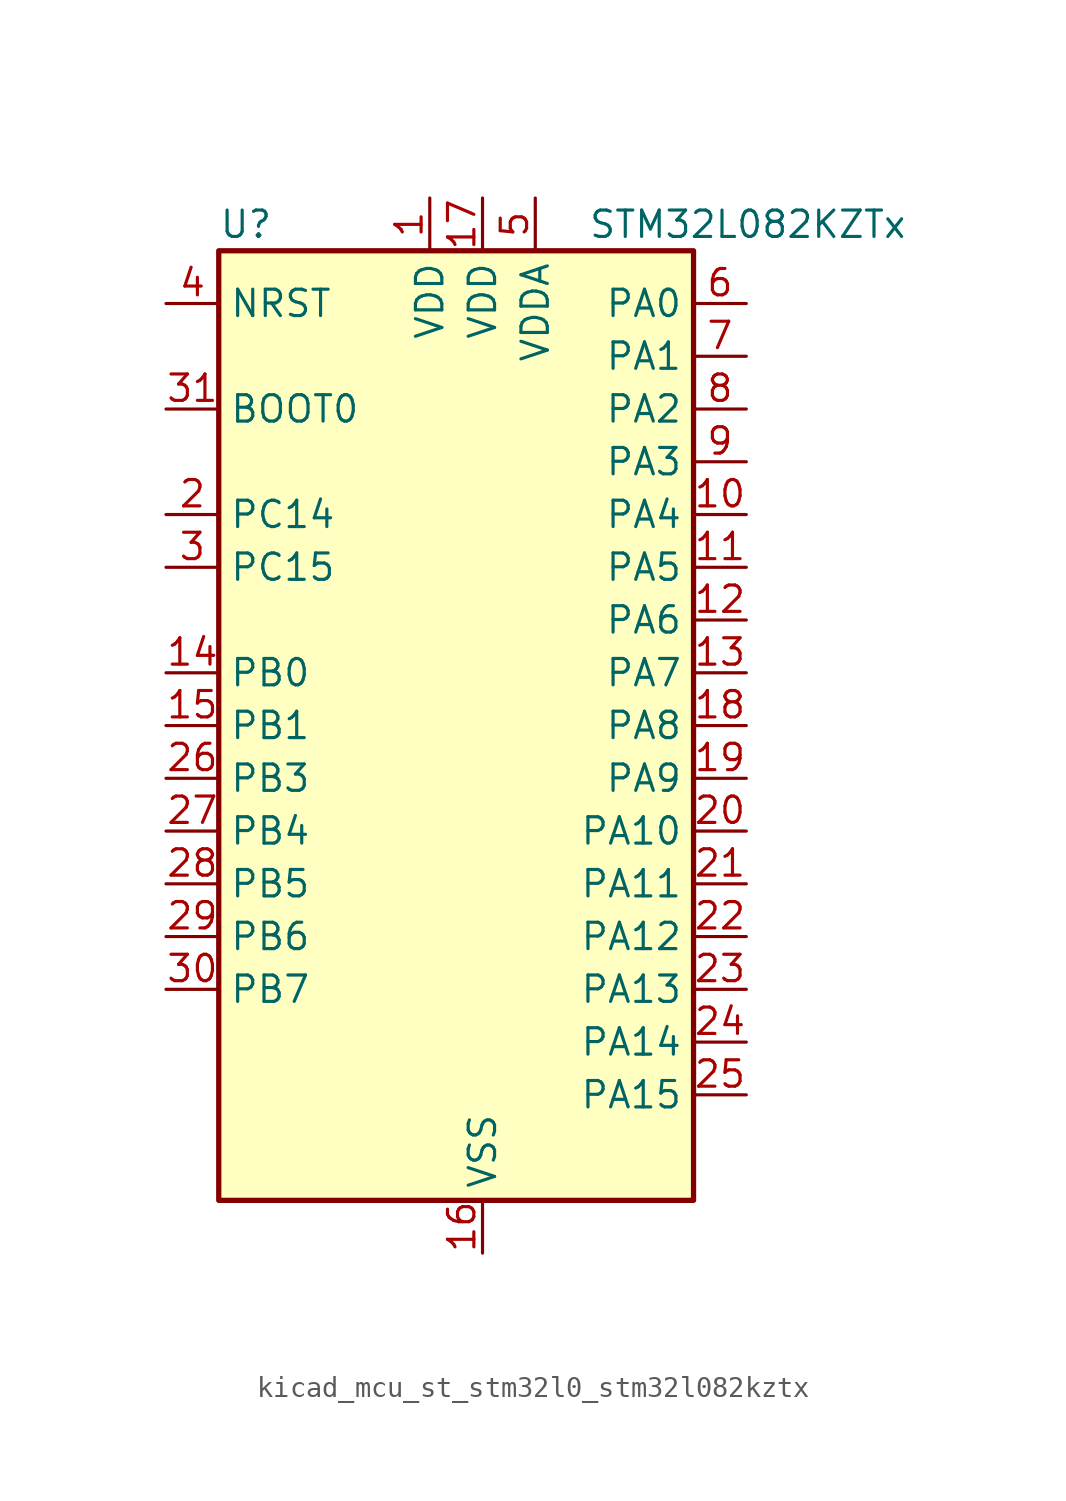
<source format=kicad_sym>
(kicad_symbol_lib
  (version 20220914)
  (generator kicad_symbol_editor)
  (symbol "kicad_mcu_st_stm32l0_stm32l082kztx"
    (property "Reference" "U"
      (at -10.16 24.13 0)
      (effects (font (size 1.27 1.27)) (justify left)))
    (property "Value" "STM32L082KZTx"
      (at 7.62 24.13 0)
      (effects (font (size 1.27 1.27)) (justify left)))
    (property "ki_locked" ""
      (at 0 0 0)
      (effects (font (size 1.27 1.27))))
    (symbol "kicad_mcu_st_stm32l0_stm32l082kztx_0_1"
      (rectangle (start -10.16 -22.86) (end 12.7 22.86) (stroke (width 0.254) (type default)) (fill (type background))))
    (symbol "kicad_mcu_st_stm32l0_stm32l082kztx_1_1"
      (pin power_in line (at 0 25.4 270) (length 2.54) (name "VDD" (effects (font (size 1.27 1.27)))) (number "1" (effects (font (size 1.27 1.27)))))
      (pin bidirectional line (at 15.24 10.16 180) (length 2.54) (name "PA4" (effects (font (size 1.27 1.27)))) (number "10" (effects (font (size 1.27 1.27)))) (alternate "ADC_IN4" bidirectional line) (alternate "COMP1_INM" bidirectional line) (alternate "COMP2_INM" bidirectional line) (alternate "DAC_OUT1" bidirectional line) (alternate "SPI1_NSS" bidirectional line) (alternate "TIM22_ETR" bidirectional line) (alternate "TSC_G2_IO1" bidirectional line) (alternate "USART2_CK" bidirectional line))
      (pin bidirectional line (at 15.24 7.62 180) (length 2.54) (name "PA5" (effects (font (size 1.27 1.27)))) (number "11" (effects (font (size 1.27 1.27)))) (alternate "ADC_IN5" bidirectional line) (alternate "COMP1_INM" bidirectional line) (alternate "COMP2_INM" bidirectional line) (alternate "DAC_OUT2" bidirectional line) (alternate "SPI1_SCK" bidirectional line) (alternate "TIM2_CH1" bidirectional line) (alternate "TIM2_ETR" bidirectional line) (alternate "TSC_G2_IO2" bidirectional line))
      (pin bidirectional line (at 15.24 5.08 180) (length 2.54) (name "PA6" (effects (font (size 1.27 1.27)))) (number "12" (effects (font (size 1.27 1.27)))) (alternate "ADC_IN6" bidirectional line) (alternate "COMP1_OUT" bidirectional line) (alternate "LPUART1_CTS" bidirectional line) (alternate "SPI1_MISO" bidirectional line) (alternate "TIM22_CH1" bidirectional line) (alternate "TIM3_CH1" bidirectional line) (alternate "TSC_G2_IO3" bidirectional line))
      (pin bidirectional line (at 15.24 2.54 180) (length 2.54) (name "PA7" (effects (font (size 1.27 1.27)))) (number "13" (effects (font (size 1.27 1.27)))) (alternate "ADC_IN7" bidirectional line) (alternate "COMP2_OUT" bidirectional line) (alternate "SPI1_MOSI" bidirectional line) (alternate "TIM22_CH2" bidirectional line) (alternate "TIM3_CH2" bidirectional line) (alternate "TSC_G2_IO4" bidirectional line))
      (pin bidirectional line (at -12.7 2.54 0) (length 2.54) (name "PB0" (effects (font (size 1.27 1.27)))) (number "14" (effects (font (size 1.27 1.27)))) (alternate "ADC_IN8" bidirectional line) (alternate "SYS_VREF_OUT_PB0" bidirectional line) (alternate "TIM3_CH3" bidirectional line) (alternate "TSC_G3_IO2" bidirectional line))
      (pin bidirectional line (at -12.7 0 0) (length 2.54) (name "PB1" (effects (font (size 1.27 1.27)))) (number "15" (effects (font (size 1.27 1.27)))) (alternate "ADC_IN9" bidirectional line) (alternate "LPUART1_DE" bidirectional line) (alternate "LPUART1_RTS" bidirectional line) (alternate "SYS_VREF_OUT_PB1" bidirectional line) (alternate "TIM3_CH4" bidirectional line) (alternate "TSC_G3_IO3" bidirectional line))
      (pin power_in line (at 2.54 -25.4 90) (length 2.54) (name "VSS" (effects (font (size 1.27 1.27)))) (number "16" (effects (font (size 1.27 1.27)))))
      (pin power_in line (at 2.54 25.4 270) (length 2.54) (name "VDD" (effects (font (size 1.27 1.27)))) (number "17" (effects (font (size 1.27 1.27)))))
      (pin bidirectional line (at 15.24 0 180) (length 2.54) (name "PA8" (effects (font (size 1.27 1.27)))) (number "18" (effects (font (size 1.27 1.27)))) (alternate "CRS_SYNC" bidirectional line) (alternate "I2C3_SCL" bidirectional line) (alternate "RCC_MCO" bidirectional line) (alternate "USART1_CK" bidirectional line))
      (pin bidirectional line (at 15.24 -2.54 180) (length 2.54) (name "PA9" (effects (font (size 1.27 1.27)))) (number "19" (effects (font (size 1.27 1.27)))) (alternate "DAC_EXTI9" bidirectional line) (alternate "I2C1_SCL" bidirectional line) (alternate "I2C3_SMBA" bidirectional line) (alternate "RCC_MCO" bidirectional line) (alternate "TSC_G4_IO1" bidirectional line) (alternate "USART1_TX" bidirectional line))
      (pin bidirectional line (at -12.7 10.16 0) (length 2.54) (name "PC14" (effects (font (size 1.27 1.27)))) (number "2" (effects (font (size 1.27 1.27)))) (alternate "RCC_OSC32_IN" bidirectional line))
      (pin bidirectional line (at 15.24 -5.08 180) (length 2.54) (name "PA10" (effects (font (size 1.27 1.27)))) (number "20" (effects (font (size 1.27 1.27)))) (alternate "I2C1_SDA" bidirectional line) (alternate "TSC_G4_IO2" bidirectional line) (alternate "USART1_RX" bidirectional line))
      (pin bidirectional line (at 15.24 -7.62 180) (length 2.54) (name "PA11" (effects (font (size 1.27 1.27)))) (number "21" (effects (font (size 1.27 1.27)))) (alternate "ADC_EXTI11" bidirectional line) (alternate "COMP1_OUT" bidirectional line) (alternate "SPI1_MISO" bidirectional line) (alternate "TSC_G4_IO3" bidirectional line) (alternate "USART1_CTS" bidirectional line) (alternate "USB_DM" bidirectional line))
      (pin bidirectional line (at 15.24 -10.16 180) (length 2.54) (name "PA12" (effects (font (size 1.27 1.27)))) (number "22" (effects (font (size 1.27 1.27)))) (alternate "COMP2_OUT" bidirectional line) (alternate "SPI1_MOSI" bidirectional line) (alternate "TSC_G4_IO4" bidirectional line) (alternate "USART1_DE" bidirectional line) (alternate "USART1_RTS" bidirectional line) (alternate "USB_DP" bidirectional line))
      (pin bidirectional line (at 15.24 -12.7 180) (length 2.54) (name "PA13" (effects (font (size 1.27 1.27)))) (number "23" (effects (font (size 1.27 1.27)))) (alternate "LPUART1_RX" bidirectional line) (alternate "SYS_SWDIO" bidirectional line) (alternate "USB_NOE" bidirectional line))
      (pin bidirectional line (at 15.24 -15.24 180) (length 2.54) (name "PA14" (effects (font (size 1.27 1.27)))) (number "24" (effects (font (size 1.27 1.27)))) (alternate "LPUART1_TX" bidirectional line) (alternate "SYS_SWCLK" bidirectional line) (alternate "USART2_TX" bidirectional line))
      (pin bidirectional line (at 15.24 -17.78 180) (length 2.54) (name "PA15" (effects (font (size 1.27 1.27)))) (number "25" (effects (font (size 1.27 1.27)))) (alternate "SPI1_NSS" bidirectional line) (alternate "TIM2_CH1" bidirectional line) (alternate "TIM2_ETR" bidirectional line) (alternate "USART2_RX" bidirectional line) (alternate "USART4_DE" bidirectional line) (alternate "USART4_RTS" bidirectional line))
      (pin bidirectional line (at -12.7 -2.54 0) (length 2.54) (name "PB3" (effects (font (size 1.27 1.27)))) (number "26" (effects (font (size 1.27 1.27)))) (alternate "COMP2_INM" bidirectional line) (alternate "SPI1_SCK" bidirectional line) (alternate "TIM2_CH2" bidirectional line) (alternate "TSC_G5_IO1" bidirectional line) (alternate "USART1_DE" bidirectional line) (alternate "USART1_RTS" bidirectional line) (alternate "USART5_TX" bidirectional line))
      (pin bidirectional line (at -12.7 -5.08 0) (length 2.54) (name "PB4" (effects (font (size 1.27 1.27)))) (number "27" (effects (font (size 1.27 1.27)))) (alternate "COMP2_INP" bidirectional line) (alternate "I2C3_SDA" bidirectional line) (alternate "SPI1_MISO" bidirectional line) (alternate "TIM22_CH1" bidirectional line) (alternate "TIM3_CH1" bidirectional line) (alternate "TSC_G5_IO2" bidirectional line) (alternate "USART1_CTS" bidirectional line) (alternate "USART5_RX" bidirectional line))
      (pin bidirectional line (at -12.7 -7.62 0) (length 2.54) (name "PB5" (effects (font (size 1.27 1.27)))) (number "28" (effects (font (size 1.27 1.27)))) (alternate "COMP2_INP" bidirectional line) (alternate "I2C1_SMBA" bidirectional line) (alternate "LPTIM1_IN1" bidirectional line) (alternate "SPI1_MOSI" bidirectional line) (alternate "TIM22_CH2" bidirectional line) (alternate "TIM3_CH2" bidirectional line) (alternate "USART1_CK" bidirectional line) (alternate "USART5_CK" bidirectional line) (alternate "USART5_DE" bidirectional line) (alternate "USART5_RTS" bidirectional line))
      (pin bidirectional line (at -12.7 -10.16 0) (length 2.54) (name "PB6" (effects (font (size 1.27 1.27)))) (number "29" (effects (font (size 1.27 1.27)))) (alternate "COMP2_INP" bidirectional line) (alternate "I2C1_SCL" bidirectional line) (alternate "LPTIM1_ETR" bidirectional line) (alternate "TSC_G5_IO3" bidirectional line) (alternate "USART1_TX" bidirectional line))
      (pin bidirectional line (at -12.7 7.62 0) (length 2.54) (name "PC15" (effects (font (size 1.27 1.27)))) (number "3" (effects (font (size 1.27 1.27)))) (alternate "RCC_OSC32_OUT" bidirectional line))
      (pin bidirectional line (at -12.7 -12.7 0) (length 2.54) (name "PB7" (effects (font (size 1.27 1.27)))) (number "30" (effects (font (size 1.27 1.27)))) (alternate "COMP2_INP" bidirectional line) (alternate "I2C1_SDA" bidirectional line) (alternate "LPTIM1_IN2" bidirectional line) (alternate "SYS_PVD_IN" bidirectional line) (alternate "TSC_G5_IO4" bidirectional line) (alternate "USART1_RX" bidirectional line) (alternate "USART4_CTS" bidirectional line))
      (pin input line (at -12.7 15.24 0) (length 2.54) (name "BOOT0" (effects (font (size 1.27 1.27)))) (number "31" (effects (font (size 1.27 1.27)))))
      (pin passive line (at 2.54 -25.4 90) (length 2.54) hide (name "VSS" (effects (font (size 1.27 1.27)))) (number "32" (effects (font (size 1.27 1.27)))))
      (pin input line (at -12.7 20.32 0) (length 2.54) (name "NRST" (effects (font (size 1.27 1.27)))) (number "4" (effects (font (size 1.27 1.27)))))
      (pin power_in line (at 5.08 25.4 270) (length 2.54) (name "VDDA" (effects (font (size 1.27 1.27)))) (number "5" (effects (font (size 1.27 1.27)))))
      (pin bidirectional line (at 15.24 20.32 180) (length 2.54) (name "PA0" (effects (font (size 1.27 1.27)))) (number "6" (effects (font (size 1.27 1.27)))) (alternate "ADC_IN0" bidirectional line) (alternate "COMP1_INM" bidirectional line) (alternate "COMP1_OUT" bidirectional line) (alternate "RTC_TAMP2" bidirectional line) (alternate "SYS_WKUP1" bidirectional line) (alternate "TIM2_CH1" bidirectional line) (alternate "TIM2_ETR" bidirectional line) (alternate "TSC_G1_IO1" bidirectional line) (alternate "USART2_CTS" bidirectional line) (alternate "USART4_TX" bidirectional line))
      (pin bidirectional line (at 15.24 17.78 180) (length 2.54) (name "PA1" (effects (font (size 1.27 1.27)))) (number "7" (effects (font (size 1.27 1.27)))) (alternate "ADC_IN1" bidirectional line) (alternate "COMP1_INP" bidirectional line) (alternate "TIM21_ETR" bidirectional line) (alternate "TIM2_CH2" bidirectional line) (alternate "TSC_G1_IO2" bidirectional line) (alternate "USART2_DE" bidirectional line) (alternate "USART2_RTS" bidirectional line) (alternate "USART4_RX" bidirectional line))
      (pin bidirectional line (at 15.24 15.24 180) (length 2.54) (name "PA2" (effects (font (size 1.27 1.27)))) (number "8" (effects (font (size 1.27 1.27)))) (alternate "ADC_IN2" bidirectional line) (alternate "COMP2_INM" bidirectional line) (alternate "COMP2_OUT" bidirectional line) (alternate "LPUART1_TX" bidirectional line) (alternate "TIM21_CH1" bidirectional line) (alternate "TIM2_CH3" bidirectional line) (alternate "TSC_G1_IO3" bidirectional line) (alternate "USART2_TX" bidirectional line))
      (pin bidirectional line (at 15.24 12.7 180) (length 2.54) (name "PA3" (effects (font (size 1.27 1.27)))) (number "9" (effects (font (size 1.27 1.27)))) (alternate "ADC_IN3" bidirectional line) (alternate "COMP2_INP" bidirectional line) (alternate "LPUART1_RX" bidirectional line) (alternate "TIM21_CH2" bidirectional line) (alternate "TIM2_CH4" bidirectional line) (alternate "TSC_G1_IO4" bidirectional line) (alternate "USART2_RX" bidirectional line)))))
</source>
